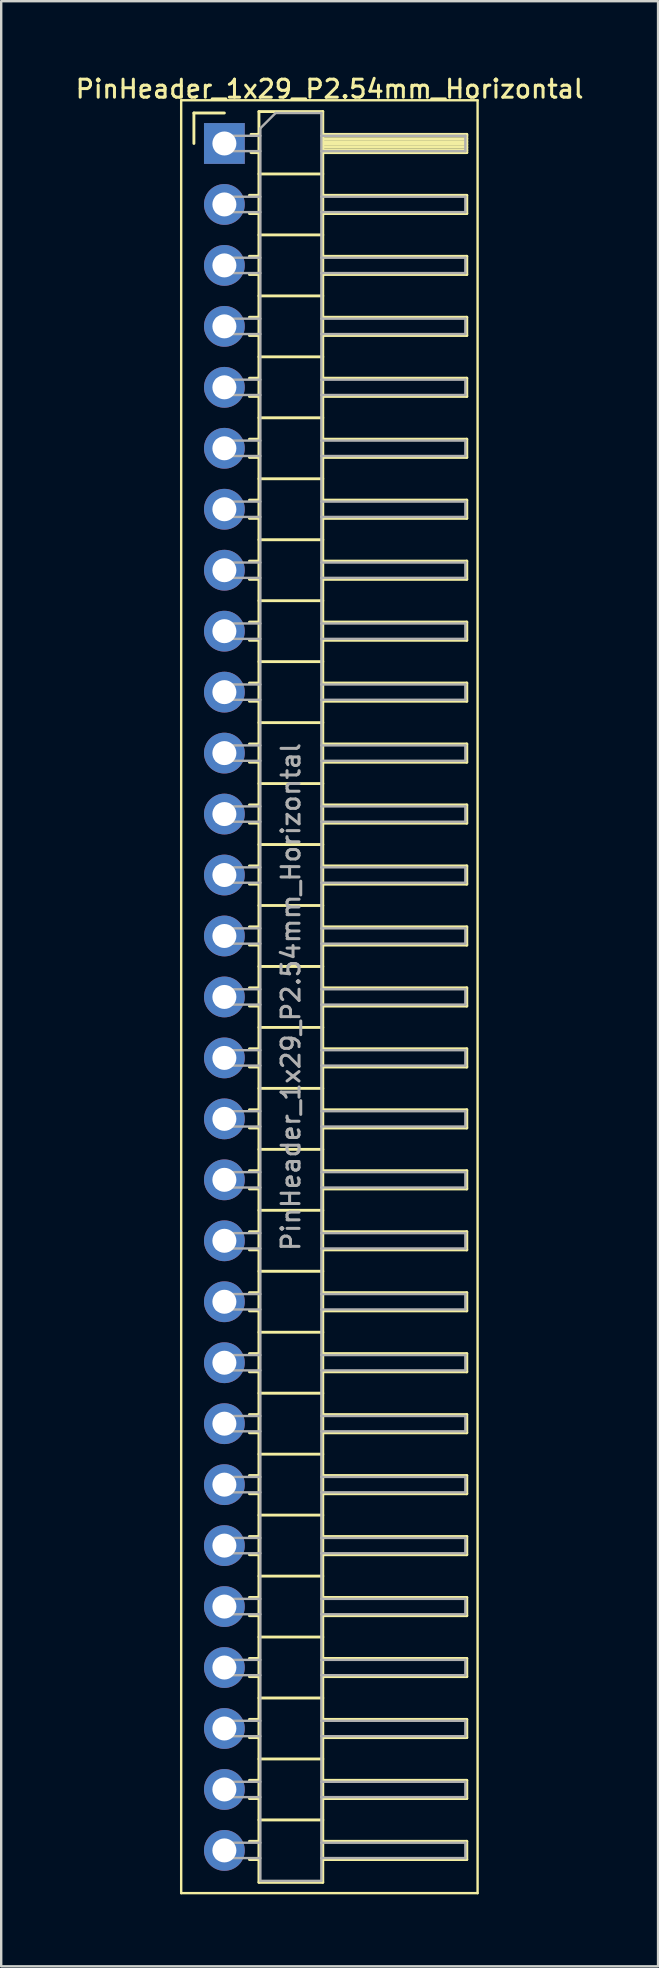
<source format=kicad_pcb>
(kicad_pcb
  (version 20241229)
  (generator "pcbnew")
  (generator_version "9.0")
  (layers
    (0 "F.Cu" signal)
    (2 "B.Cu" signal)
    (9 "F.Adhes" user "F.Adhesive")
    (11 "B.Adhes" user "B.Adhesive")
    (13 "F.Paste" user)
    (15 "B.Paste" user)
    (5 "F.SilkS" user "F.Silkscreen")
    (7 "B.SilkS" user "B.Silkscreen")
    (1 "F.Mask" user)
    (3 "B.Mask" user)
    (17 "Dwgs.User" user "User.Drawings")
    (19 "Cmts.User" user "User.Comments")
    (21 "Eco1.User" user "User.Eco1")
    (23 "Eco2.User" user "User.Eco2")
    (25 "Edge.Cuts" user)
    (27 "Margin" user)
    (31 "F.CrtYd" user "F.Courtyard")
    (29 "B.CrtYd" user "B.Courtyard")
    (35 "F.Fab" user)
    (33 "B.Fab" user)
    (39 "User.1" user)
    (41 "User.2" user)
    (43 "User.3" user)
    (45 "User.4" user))
  (footprint "PinHeader_1x29_P2.54mm_Horizontal"
    (layer "F.Cu")
    (at 6.299 2.928)
    (property "Reference" "PinHeader_1x29_P2.54mm_Horizontal" (at 4.385 -2.27 0) (layer "F.SilkS") (effects (font (size 0.75 0.75) (thickness 0.125))))
    (attr through_hole)
    (fp_line (start -1.8 -1.8) (end -1.8 72.9) (stroke (width 0.1) (type solid)) (layer "F.SilkS"))
    (fp_line (start -1.8 72.9) (end 10.55 72.9) (stroke (width 0.1) (type solid)) (layer "F.SilkS"))
    (fp_line (start -1.27 -1.27) (end 0 -1.27) (stroke (width 0.12) (type solid)) (layer "F.SilkS"))
    (fp_line (start -1.27 0) (end -1.27 -1.27) (stroke (width 0.12) (type solid)) (layer "F.SilkS"))
    (fp_line (start 1.043 2.16) (end 1.44 2.16) (stroke (width 0.12) (type solid)) (layer "F.SilkS"))
    (fp_line (start 1.043 2.92) (end 1.44 2.92) (stroke (width 0.12) (type solid)) (layer "F.SilkS"))
    (fp_line (start 1.043 4.7) (end 1.44 4.7) (stroke (width 0.12) (type solid)) (layer "F.SilkS"))
    (fp_line (start 1.043 5.46) (end 1.44 5.46) (stroke (width 0.12) (type solid)) (layer "F.SilkS"))
    (fp_line (start 1.043 7.24) (end 1.44 7.24) (stroke (width 0.12) (type solid)) (layer "F.SilkS"))
    (fp_line (start 1.043 8) (end 1.44 8) (stroke (width 0.12) (type solid)) (layer "F.SilkS"))
    (fp_line (start 1.043 9.78) (end 1.44 9.78) (stroke (width 0.12) (type solid)) (layer "F.SilkS"))
    (fp_line (start 1.043 10.54) (end 1.44 10.54) (stroke (width 0.12) (type solid)) (layer "F.SilkS"))
    (fp_line (start 1.043 12.32) (end 1.44 12.32) (stroke (width 0.12) (type solid)) (layer "F.SilkS"))
    (fp_line (start 1.043 13.08) (end 1.44 13.08) (stroke (width 0.12) (type solid)) (layer "F.SilkS"))
    (fp_line (start 1.043 14.86) (end 1.44 14.86) (stroke (width 0.12) (type solid)) (layer "F.SilkS"))
    (fp_line (start 1.043 15.62) (end 1.44 15.62) (stroke (width 0.12) (type solid)) (layer "F.SilkS"))
    (fp_line (start 1.043 17.4) (end 1.44 17.4) (stroke (width 0.12) (type solid)) (layer "F.SilkS"))
    (fp_line (start 1.043 18.16) (end 1.44 18.16) (stroke (width 0.12) (type solid)) (layer "F.SilkS"))
    (fp_line (start 1.043 19.94) (end 1.44 19.94) (stroke (width 0.12) (type solid)) (layer "F.SilkS"))
    (fp_line (start 1.043 20.7) (end 1.44 20.7) (stroke (width 0.12) (type solid)) (layer "F.SilkS"))
    (fp_line (start 1.043 22.48) (end 1.44 22.48) (stroke (width 0.12) (type solid)) (layer "F.SilkS"))
    (fp_line (start 1.043 23.24) (end 1.44 23.24) (stroke (width 0.12) (type solid)) (layer "F.SilkS"))
    (fp_line (start 1.043 25.02) (end 1.44 25.02) (stroke (width 0.12) (type solid)) (layer "F.SilkS"))
    (fp_line (start 1.043 25.78) (end 1.44 25.78) (stroke (width 0.12) (type solid)) (layer "F.SilkS"))
    (fp_line (start 1.043 27.56) (end 1.44 27.56) (stroke (width 0.12) (type solid)) (layer "F.SilkS"))
    (fp_line (start 1.043 28.32) (end 1.44 28.32) (stroke (width 0.12) (type solid)) (layer "F.SilkS"))
    (fp_line (start 1.043 30.1) (end 1.44 30.1) (stroke (width 0.12) (type solid)) (layer "F.SilkS"))
    (fp_line (start 1.043 30.86) (end 1.44 30.86) (stroke (width 0.12) (type solid)) (layer "F.SilkS"))
    (fp_line (start 1.043 32.64) (end 1.44 32.64) (stroke (width 0.12) (type solid)) (layer "F.SilkS"))
    (fp_line (start 1.043 33.4) (end 1.44 33.4) (stroke (width 0.12) (type solid)) (layer "F.SilkS"))
    (fp_line (start 1.043 35.18) (end 1.44 35.18) (stroke (width 0.12) (type solid)) (layer "F.SilkS"))
    (fp_line (start 1.043 35.94) (end 1.44 35.94) (stroke (width 0.12) (type solid)) (layer "F.SilkS"))
    (fp_line (start 1.043 37.72) (end 1.44 37.72) (stroke (width 0.12) (type solid)) (layer "F.SilkS"))
    (fp_line (start 1.043 38.48) (end 1.44 38.48) (stroke (width 0.12) (type solid)) (layer "F.SilkS"))
    (fp_line (start 1.043 40.26) (end 1.44 40.26) (stroke (width 0.12) (type solid)) (layer "F.SilkS"))
    (fp_line (start 1.043 41.02) (end 1.44 41.02) (stroke (width 0.12) (type solid)) (layer "F.SilkS"))
    (fp_line (start 1.043 42.8) (end 1.44 42.8) (stroke (width 0.12) (type solid)) (layer "F.SilkS"))
    (fp_line (start 1.043 43.56) (end 1.44 43.56) (stroke (width 0.12) (type solid)) (layer "F.SilkS"))
    (fp_line (start 1.043 45.34) (end 1.44 45.34) (stroke (width 0.12) (type solid)) (layer "F.SilkS"))
    (fp_line (start 1.043 46.1) (end 1.44 46.1) (stroke (width 0.12) (type solid)) (layer "F.SilkS"))
    (fp_line (start 1.043 47.88) (end 1.44 47.88) (stroke (width 0.12) (type solid)) (layer "F.SilkS"))
    (fp_line (start 1.043 48.64) (end 1.44 48.64) (stroke (width 0.12) (type solid)) (layer "F.SilkS"))
    (fp_line (start 1.043 50.42) (end 1.44 50.42) (stroke (width 0.12) (type solid)) (layer "F.SilkS"))
    (fp_line (start 1.043 51.18) (end 1.44 51.18) (stroke (width 0.12) (type solid)) (layer "F.SilkS"))
    (fp_line (start 1.043 52.96) (end 1.44 52.96) (stroke (width 0.12) (type solid)) (layer "F.SilkS"))
    (fp_line (start 1.043 53.72) (end 1.44 53.72) (stroke (width 0.12) (type solid)) (layer "F.SilkS"))
    (fp_line (start 1.043 55.5) (end 1.44 55.5) (stroke (width 0.12) (type solid)) (layer "F.SilkS"))
    (fp_line (start 1.043 56.26) (end 1.44 56.26) (stroke (width 0.12) (type solid)) (layer "F.SilkS"))
    (fp_line (start 1.043 58.04) (end 1.44 58.04) (stroke (width 0.12) (type solid)) (layer "F.SilkS"))
    (fp_line (start 1.043 58.8) (end 1.44 58.8) (stroke (width 0.12) (type solid)) (layer "F.SilkS"))
    (fp_line (start 1.043 60.58) (end 1.44 60.58) (stroke (width 0.12) (type solid)) (layer "F.SilkS"))
    (fp_line (start 1.043 61.34) (end 1.44 61.34) (stroke (width 0.12) (type solid)) (layer "F.SilkS"))
    (fp_line (start 1.043 63.12) (end 1.44 63.12) (stroke (width 0.12) (type solid)) (layer "F.SilkS"))
    (fp_line (start 1.043 63.88) (end 1.44 63.88) (stroke (width 0.12) (type solid)) (layer "F.SilkS"))
    (fp_line (start 1.043 65.66) (end 1.44 65.66) (stroke (width 0.12) (type solid)) (layer "F.SilkS"))
    (fp_line (start 1.043 66.42) (end 1.44 66.42) (stroke (width 0.12) (type solid)) (layer "F.SilkS"))
    (fp_line (start 1.043 68.2) (end 1.44 68.2) (stroke (width 0.12) (type solid)) (layer "F.SilkS"))
    (fp_line (start 1.043 68.96) (end 1.44 68.96) (stroke (width 0.12) (type solid)) (layer "F.SilkS"))
    (fp_line (start 1.043 70.74) (end 1.44 70.74) (stroke (width 0.12) (type solid)) (layer "F.SilkS"))
    (fp_line (start 1.043 71.5) (end 1.44 71.5) (stroke (width 0.12) (type solid)) (layer "F.SilkS"))
    (fp_line (start 1.11 -0.38) (end 1.44 -0.38) (stroke (width 0.12) (type solid)) (layer "F.SilkS"))
    (fp_line (start 1.11 0.38) (end 1.44 0.38) (stroke (width 0.12) (type solid)) (layer "F.SilkS"))
    (fp_line (start 1.44 -1.33) (end 1.44 72.45) (stroke (width 0.12) (type solid)) (layer "F.SilkS"))
    (fp_line (start 1.44 1.27) (end 4.1 1.27) (stroke (width 0.12) (type solid)) (layer "F.SilkS"))
    (fp_line (start 1.44 3.81) (end 4.1 3.81) (stroke (width 0.12) (type solid)) (layer "F.SilkS"))
    (fp_line (start 1.44 6.35) (end 4.1 6.35) (stroke (width 0.12) (type solid)) (layer "F.SilkS"))
    (fp_line (start 1.44 8.89) (end 4.1 8.89) (stroke (width 0.12) (type solid)) (layer "F.SilkS"))
    (fp_line (start 1.44 11.43) (end 4.1 11.43) (stroke (width 0.12) (type solid)) (layer "F.SilkS"))
    (fp_line (start 1.44 13.97) (end 4.1 13.97) (stroke (width 0.12) (type solid)) (layer "F.SilkS"))
    (fp_line (start 1.44 16.51) (end 4.1 16.51) (stroke (width 0.12) (type solid)) (layer "F.SilkS"))
    (fp_line (start 1.44 19.05) (end 4.1 19.05) (stroke (width 0.12) (type solid)) (layer "F.SilkS"))
    (fp_line (start 1.44 21.59) (end 4.1 21.59) (stroke (width 0.12) (type solid)) (layer "F.SilkS"))
    (fp_line (start 1.44 24.13) (end 4.1 24.13) (stroke (width 0.12) (type solid)) (layer "F.SilkS"))
    (fp_line (start 1.44 26.67) (end 4.1 26.67) (stroke (width 0.12) (type solid)) (layer "F.SilkS"))
    (fp_line (start 1.44 29.21) (end 4.1 29.21) (stroke (width 0.12) (type solid)) (layer "F.SilkS"))
    (fp_line (start 1.44 31.75) (end 4.1 31.75) (stroke (width 0.12) (type solid)) (layer "F.SilkS"))
    (fp_line (start 1.44 34.29) (end 4.1 34.29) (stroke (width 0.12) (type solid)) (layer "F.SilkS"))
    (fp_line (start 1.44 36.83) (end 4.1 36.83) (stroke (width 0.12) (type solid)) (layer "F.SilkS"))
    (fp_line (start 1.44 39.37) (end 4.1 39.37) (stroke (width 0.12) (type solid)) (layer "F.SilkS"))
    (fp_line (start 1.44 41.91) (end 4.1 41.91) (stroke (width 0.12) (type solid)) (layer "F.SilkS"))
    (fp_line (start 1.44 44.45) (end 4.1 44.45) (stroke (width 0.12) (type solid)) (layer "F.SilkS"))
    (fp_line (start 1.44 46.99) (end 4.1 46.99) (stroke (width 0.12) (type solid)) (layer "F.SilkS"))
    (fp_line (start 1.44 49.53) (end 4.1 49.53) (stroke (width 0.12) (type solid)) (layer "F.SilkS"))
    (fp_line (start 1.44 52.07) (end 4.1 52.07) (stroke (width 0.12) (type solid)) (layer "F.SilkS"))
    (fp_line (start 1.44 54.61) (end 4.1 54.61) (stroke (width 0.12) (type solid)) (layer "F.SilkS"))
    (fp_line (start 1.44 57.15) (end 4.1 57.15) (stroke (width 0.12) (type solid)) (layer "F.SilkS"))
    (fp_line (start 1.44 59.69) (end 4.1 59.69) (stroke (width 0.12) (type solid)) (layer "F.SilkS"))
    (fp_line (start 1.44 62.23) (end 4.1 62.23) (stroke (width 0.12) (type solid)) (layer "F.SilkS"))
    (fp_line (start 1.44 64.77) (end 4.1 64.77) (stroke (width 0.12) (type solid)) (layer "F.SilkS"))
    (fp_line (start 1.44 67.31) (end 4.1 67.31) (stroke (width 0.12) (type solid)) (layer "F.SilkS"))
    (fp_line (start 1.44 69.85) (end 4.1 69.85) (stroke (width 0.12) (type solid)) (layer "F.SilkS"))
    (fp_line (start 1.44 72.45) (end 4.1 72.45) (stroke (width 0.12) (type solid)) (layer "F.SilkS"))
    (fp_line (start 4.1 -1.33) (end 1.44 -1.33) (stroke (width 0.12) (type solid)) (layer "F.SilkS"))
    (fp_line (start 4.1 -0.38) (end 10.1 -0.38) (stroke (width 0.12) (type solid)) (layer "F.SilkS"))
    (fp_line (start 4.1 -0.32) (end 10.1 -0.32) (stroke (width 0.12) (type solid)) (layer "F.SilkS"))
    (fp_line (start 4.1 -0.2) (end 10.1 -0.2) (stroke (width 0.12) (type solid)) (layer "F.SilkS"))
    (fp_line (start 4.1 -0.08) (end 10.1 -0.08) (stroke (width 0.12) (type solid)) (layer "F.SilkS"))
    (fp_line (start 4.1 0.04) (end 10.1 0.04) (stroke (width 0.12) (type solid)) (layer "F.SilkS"))
    (fp_line (start 4.1 0.16) (end 10.1 0.16) (stroke (width 0.12) (type solid)) (layer "F.SilkS"))
    (fp_line (start 4.1 0.28) (end 10.1 0.28) (stroke (width 0.12) (type solid)) (layer "F.SilkS"))
    (fp_line (start 4.1 2.16) (end 10.1 2.16) (stroke (width 0.12) (type solid)) (layer "F.SilkS"))
    (fp_line (start 4.1 4.7) (end 10.1 4.7) (stroke (width 0.12) (type solid)) (layer "F.SilkS"))
    (fp_line (start 4.1 7.24) (end 10.1 7.24) (stroke (width 0.12) (type solid)) (layer "F.SilkS"))
    (fp_line (start 4.1 9.78) (end 10.1 9.78) (stroke (width 0.12) (type solid)) (layer "F.SilkS"))
    (fp_line (start 4.1 12.32) (end 10.1 12.32) (stroke (width 0.12) (type solid)) (layer "F.SilkS"))
    (fp_line (start 4.1 14.86) (end 10.1 14.86) (stroke (width 0.12) (type solid)) (layer "F.SilkS"))
    (fp_line (start 4.1 17.4) (end 10.1 17.4) (stroke (width 0.12) (type solid)) (layer "F.SilkS"))
    (fp_line (start 4.1 19.94) (end 10.1 19.94) (stroke (width 0.12) (type solid)) (layer "F.SilkS"))
    (fp_line (start 4.1 22.48) (end 10.1 22.48) (stroke (width 0.12) (type solid)) (layer "F.SilkS"))
    (fp_line (start 4.1 25.02) (end 10.1 25.02) (stroke (width 0.12) (type solid)) (layer "F.SilkS"))
    (fp_line (start 4.1 27.56) (end 10.1 27.56) (stroke (width 0.12) (type solid)) (layer "F.SilkS"))
    (fp_line (start 4.1 30.1) (end 10.1 30.1) (stroke (width 0.12) (type solid)) (layer "F.SilkS"))
    (fp_line (start 4.1 32.64) (end 10.1 32.64) (stroke (width 0.12) (type solid)) (layer "F.SilkS"))
    (fp_line (start 4.1 35.18) (end 10.1 35.18) (stroke (width 0.12) (type solid)) (layer "F.SilkS"))
    (fp_line (start 4.1 37.72) (end 10.1 37.72) (stroke (width 0.12) (type solid)) (layer "F.SilkS"))
    (fp_line (start 4.1 40.26) (end 10.1 40.26) (stroke (width 0.12) (type solid)) (layer "F.SilkS"))
    (fp_line (start 4.1 42.8) (end 10.1 42.8) (stroke (width 0.12) (type solid)) (layer "F.SilkS"))
    (fp_line (start 4.1 45.34) (end 10.1 45.34) (stroke (width 0.12) (type solid)) (layer "F.SilkS"))
    (fp_line (start 4.1 47.88) (end 10.1 47.88) (stroke (width 0.12) (type solid)) (layer "F.SilkS"))
    (fp_line (start 4.1 50.42) (end 10.1 50.42) (stroke (width 0.12) (type solid)) (layer "F.SilkS"))
    (fp_line (start 4.1 52.96) (end 10.1 52.96) (stroke (width 0.12) (type solid)) (layer "F.SilkS"))
    (fp_line (start 4.1 55.5) (end 10.1 55.5) (stroke (width 0.12) (type solid)) (layer "F.SilkS"))
    (fp_line (start 4.1 58.04) (end 10.1 58.04) (stroke (width 0.12) (type solid)) (layer "F.SilkS"))
    (fp_line (start 4.1 60.58) (end 10.1 60.58) (stroke (width 0.12) (type solid)) (layer "F.SilkS"))
    (fp_line (start 4.1 63.12) (end 10.1 63.12) (stroke (width 0.12) (type solid)) (layer "F.SilkS"))
    (fp_line (start 4.1 65.66) (end 10.1 65.66) (stroke (width 0.12) (type solid)) (layer "F.SilkS"))
    (fp_line (start 4.1 68.2) (end 10.1 68.2) (stroke (width 0.12) (type solid)) (layer "F.SilkS"))
    (fp_line (start 4.1 70.74) (end 10.1 70.74) (stroke (width 0.12) (type solid)) (layer "F.SilkS"))
    (fp_line (start 4.1 72.45) (end 4.1 -1.33) (stroke (width 0.12) (type solid)) (layer "F.SilkS"))
    (fp_line (start 10.1 -0.38) (end 10.1 0.38) (stroke (width 0.12) (type solid)) (layer "F.SilkS"))
    (fp_line (start 10.1 0.38) (end 4.1 0.38) (stroke (width 0.12) (type solid)) (layer "F.SilkS"))
    (fp_line (start 10.1 2.16) (end 10.1 2.92) (stroke (width 0.12) (type solid)) (layer "F.SilkS"))
    (fp_line (start 10.1 2.92) (end 4.1 2.92) (stroke (width 0.12) (type solid)) (layer "F.SilkS"))
    (fp_line (start 10.1 4.7) (end 10.1 5.46) (stroke (width 0.12) (type solid)) (layer "F.SilkS"))
    (fp_line (start 10.1 5.46) (end 4.1 5.46) (stroke (width 0.12) (type solid)) (layer "F.SilkS"))
    (fp_line (start 10.1 7.24) (end 10.1 8) (stroke (width 0.12) (type solid)) (layer "F.SilkS"))
    (fp_line (start 10.1 8) (end 4.1 8) (stroke (width 0.12) (type solid)) (layer "F.SilkS"))
    (fp_line (start 10.1 9.78) (end 10.1 10.54) (stroke (width 0.12) (type solid)) (layer "F.SilkS"))
    (fp_line (start 10.1 10.54) (end 4.1 10.54) (stroke (width 0.12) (type solid)) (layer "F.SilkS"))
    (fp_line (start 10.1 12.32) (end 10.1 13.08) (stroke (width 0.12) (type solid)) (layer "F.SilkS"))
    (fp_line (start 10.1 13.08) (end 4.1 13.08) (stroke (width 0.12) (type solid)) (layer "F.SilkS"))
    (fp_line (start 10.1 14.86) (end 10.1 15.62) (stroke (width 0.12) (type solid)) (layer "F.SilkS"))
    (fp_line (start 10.1 15.62) (end 4.1 15.62) (stroke (width 0.12) (type solid)) (layer "F.SilkS"))
    (fp_line (start 10.1 17.4) (end 10.1 18.16) (stroke (width 0.12) (type solid)) (layer "F.SilkS"))
    (fp_line (start 10.1 18.16) (end 4.1 18.16) (stroke (width 0.12) (type solid)) (layer "F.SilkS"))
    (fp_line (start 10.1 19.94) (end 10.1 20.7) (stroke (width 0.12) (type solid)) (layer "F.SilkS"))
    (fp_line (start 10.1 20.7) (end 4.1 20.7) (stroke (width 0.12) (type solid)) (layer "F.SilkS"))
    (fp_line (start 10.1 22.48) (end 10.1 23.24) (stroke (width 0.12) (type solid)) (layer "F.SilkS"))
    (fp_line (start 10.1 23.24) (end 4.1 23.24) (stroke (width 0.12) (type solid)) (layer "F.SilkS"))
    (fp_line (start 10.1 25.02) (end 10.1 25.78) (stroke (width 0.12) (type solid)) (layer "F.SilkS"))
    (fp_line (start 10.1 25.78) (end 4.1 25.78) (stroke (width 0.12) (type solid)) (layer "F.SilkS"))
    (fp_line (start 10.1 27.56) (end 10.1 28.32) (stroke (width 0.12) (type solid)) (layer "F.SilkS"))
    (fp_line (start 10.1 28.32) (end 4.1 28.32) (stroke (width 0.12) (type solid)) (layer "F.SilkS"))
    (fp_line (start 10.1 30.1) (end 10.1 30.86) (stroke (width 0.12) (type solid)) (layer "F.SilkS"))
    (fp_line (start 10.1 30.86) (end 4.1 30.86) (stroke (width 0.12) (type solid)) (layer "F.SilkS"))
    (fp_line (start 10.1 32.64) (end 10.1 33.4) (stroke (width 0.12) (type solid)) (layer "F.SilkS"))
    (fp_line (start 10.1 33.4) (end 4.1 33.4) (stroke (width 0.12) (type solid)) (layer "F.SilkS"))
    (fp_line (start 10.1 35.18) (end 10.1 35.94) (stroke (width 0.12) (type solid)) (layer "F.SilkS"))
    (fp_line (start 10.1 35.94) (end 4.1 35.94) (stroke (width 0.12) (type solid)) (layer "F.SilkS"))
    (fp_line (start 10.1 37.72) (end 10.1 38.48) (stroke (width 0.12) (type solid)) (layer "F.SilkS"))
    (fp_line (start 10.1 38.48) (end 4.1 38.48) (stroke (width 0.12) (type solid)) (layer "F.SilkS"))
    (fp_line (start 10.1 40.26) (end 10.1 41.02) (stroke (width 0.12) (type solid)) (layer "F.SilkS"))
    (fp_line (start 10.1 41.02) (end 4.1 41.02) (stroke (width 0.12) (type solid)) (layer "F.SilkS"))
    (fp_line (start 10.1 42.8) (end 10.1 43.56) (stroke (width 0.12) (type solid)) (layer "F.SilkS"))
    (fp_line (start 10.1 43.56) (end 4.1 43.56) (stroke (width 0.12) (type solid)) (layer "F.SilkS"))
    (fp_line (start 10.1 45.34) (end 10.1 46.1) (stroke (width 0.12) (type solid)) (layer "F.SilkS"))
    (fp_line (start 10.1 46.1) (end 4.1 46.1) (stroke (width 0.12) (type solid)) (layer "F.SilkS"))
    (fp_line (start 10.1 47.88) (end 10.1 48.64) (stroke (width 0.12) (type solid)) (layer "F.SilkS"))
    (fp_line (start 10.1 48.64) (end 4.1 48.64) (stroke (width 0.12) (type solid)) (layer "F.SilkS"))
    (fp_line (start 10.1 50.42) (end 10.1 51.18) (stroke (width 0.12) (type solid)) (layer "F.SilkS"))
    (fp_line (start 10.1 51.18) (end 4.1 51.18) (stroke (width 0.12) (type solid)) (layer "F.SilkS"))
    (fp_line (start 10.1 52.96) (end 10.1 53.72) (stroke (width 0.12) (type solid)) (layer "F.SilkS"))
    (fp_line (start 10.1 53.72) (end 4.1 53.72) (stroke (width 0.12) (type solid)) (layer "F.SilkS"))
    (fp_line (start 10.1 55.5) (end 10.1 56.26) (stroke (width 0.12) (type solid)) (layer "F.SilkS"))
    (fp_line (start 10.1 56.26) (end 4.1 56.26) (stroke (width 0.12) (type solid)) (layer "F.SilkS"))
    (fp_line (start 10.1 58.04) (end 10.1 58.8) (stroke (width 0.12) (type solid)) (layer "F.SilkS"))
    (fp_line (start 10.1 58.8) (end 4.1 58.8) (stroke (width 0.12) (type solid)) (layer "F.SilkS"))
    (fp_line (start 10.1 60.58) (end 10.1 61.34) (stroke (width 0.12) (type solid)) (layer "F.SilkS"))
    (fp_line (start 10.1 61.34) (end 4.1 61.34) (stroke (width 0.12) (type solid)) (layer "F.SilkS"))
    (fp_line (start 10.1 63.12) (end 10.1 63.88) (stroke (width 0.12) (type solid)) (layer "F.SilkS"))
    (fp_line (start 10.1 63.88) (end 4.1 63.88) (stroke (width 0.12) (type solid)) (layer "F.SilkS"))
    (fp_line (start 10.1 65.66) (end 10.1 66.42) (stroke (width 0.12) (type solid)) (layer "F.SilkS"))
    (fp_line (start 10.1 66.42) (end 4.1 66.42) (stroke (width 0.12) (type solid)) (layer "F.SilkS"))
    (fp_line (start 10.1 68.2) (end 10.1 68.96) (stroke (width 0.12) (type solid)) (layer "F.SilkS"))
    (fp_line (start 10.1 68.96) (end 4.1 68.96) (stroke (width 0.12) (type solid)) (layer "F.SilkS"))
    (fp_line (start 10.1 70.74) (end 10.1 71.5) (stroke (width 0.12) (type solid)) (layer "F.SilkS"))
    (fp_line (start 10.1 71.5) (end 4.1 71.5) (stroke (width 0.12) (type solid)) (layer "F.SilkS"))
    (fp_line (start 10.55 -1.8) (end -1.8 -1.8) (stroke (width 0.1) (type solid)) (layer "F.SilkS"))
    (fp_line (start 10.55 72.9) (end 10.55 -1.8) (stroke (width 0.1) (type solid)) (layer "F.SilkS"))
    (fp_line (start -0.32 -0.32) (end -0.32 0.32) (stroke (width 0.1) (type solid)) (layer "F.Fab"))
    (fp_line (start -0.32 -0.32) (end 1.5 -0.32) (stroke (width 0.1) (type solid)) (layer "F.Fab"))
    (fp_line (start -0.32 0.32) (end 1.5 0.32) (stroke (width 0.1) (type solid)) (layer "F.Fab"))
    (fp_line (start -0.32 2.22) (end -0.32 2.86) (stroke (width 0.1) (type solid)) (layer "F.Fab"))
    (fp_line (start -0.32 2.22) (end 1.5 2.22) (stroke (width 0.1) (type solid)) (layer "F.Fab"))
    (fp_line (start -0.32 2.86) (end 1.5 2.86) (stroke (width 0.1) (type solid)) (layer "F.Fab"))
    (fp_line (start -0.32 4.76) (end -0.32 5.4) (stroke (width 0.1) (type solid)) (layer "F.Fab"))
    (fp_line (start -0.32 4.76) (end 1.5 4.76) (stroke (width 0.1) (type solid)) (layer "F.Fab"))
    (fp_line (start -0.32 5.4) (end 1.5 5.4) (stroke (width 0.1) (type solid)) (layer "F.Fab"))
    (fp_line (start -0.32 7.3) (end -0.32 7.94) (stroke (width 0.1) (type solid)) (layer "F.Fab"))
    (fp_line (start -0.32 7.3) (end 1.5 7.3) (stroke (width 0.1) (type solid)) (layer "F.Fab"))
    (fp_line (start -0.32 7.94) (end 1.5 7.94) (stroke (width 0.1) (type solid)) (layer "F.Fab"))
    (fp_line (start -0.32 9.84) (end -0.32 10.48) (stroke (width 0.1) (type solid)) (layer "F.Fab"))
    (fp_line (start -0.32 9.84) (end 1.5 9.84) (stroke (width 0.1) (type solid)) (layer "F.Fab"))
    (fp_line (start -0.32 10.48) (end 1.5 10.48) (stroke (width 0.1) (type solid)) (layer "F.Fab"))
    (fp_line (start -0.32 12.38) (end -0.32 13.02) (stroke (width 0.1) (type solid)) (layer "F.Fab"))
    (fp_line (start -0.32 12.38) (end 1.5 12.38) (stroke (width 0.1) (type solid)) (layer "F.Fab"))
    (fp_line (start -0.32 13.02) (end 1.5 13.02) (stroke (width 0.1) (type solid)) (layer "F.Fab"))
    (fp_line (start -0.32 14.92) (end -0.32 15.56) (stroke (width 0.1) (type solid)) (layer "F.Fab"))
    (fp_line (start -0.32 14.92) (end 1.5 14.92) (stroke (width 0.1) (type solid)) (layer "F.Fab"))
    (fp_line (start -0.32 15.56) (end 1.5 15.56) (stroke (width 0.1) (type solid)) (layer "F.Fab"))
    (fp_line (start -0.32 17.46) (end -0.32 18.1) (stroke (width 0.1) (type solid)) (layer "F.Fab"))
    (fp_line (start -0.32 17.46) (end 1.5 17.46) (stroke (width 0.1) (type solid)) (layer "F.Fab"))
    (fp_line (start -0.32 18.1) (end 1.5 18.1) (stroke (width 0.1) (type solid)) (layer "F.Fab"))
    (fp_line (start -0.32 20) (end -0.32 20.64) (stroke (width 0.1) (type solid)) (layer "F.Fab"))
    (fp_line (start -0.32 20) (end 1.5 20) (stroke (width 0.1) (type solid)) (layer "F.Fab"))
    (fp_line (start -0.32 20.64) (end 1.5 20.64) (stroke (width 0.1) (type solid)) (layer "F.Fab"))
    (fp_line (start -0.32 22.54) (end -0.32 23.18) (stroke (width 0.1) (type solid)) (layer "F.Fab"))
    (fp_line (start -0.32 22.54) (end 1.5 22.54) (stroke (width 0.1) (type solid)) (layer "F.Fab"))
    (fp_line (start -0.32 23.18) (end 1.5 23.18) (stroke (width 0.1) (type solid)) (layer "F.Fab"))
    (fp_line (start -0.32 25.08) (end -0.32 25.72) (stroke (width 0.1) (type solid)) (layer "F.Fab"))
    (fp_line (start -0.32 25.08) (end 1.5 25.08) (stroke (width 0.1) (type solid)) (layer "F.Fab"))
    (fp_line (start -0.32 25.72) (end 1.5 25.72) (stroke (width 0.1) (type solid)) (layer "F.Fab"))
    (fp_line (start -0.32 27.62) (end -0.32 28.26) (stroke (width 0.1) (type solid)) (layer "F.Fab"))
    (fp_line (start -0.32 27.62) (end 1.5 27.62) (stroke (width 0.1) (type solid)) (layer "F.Fab"))
    (fp_line (start -0.32 28.26) (end 1.5 28.26) (stroke (width 0.1) (type solid)) (layer "F.Fab"))
    (fp_line (start -0.32 30.16) (end -0.32 30.8) (stroke (width 0.1) (type solid)) (layer "F.Fab"))
    (fp_line (start -0.32 30.16) (end 1.5 30.16) (stroke (width 0.1) (type solid)) (layer "F.Fab"))
    (fp_line (start -0.32 30.8) (end 1.5 30.8) (stroke (width 0.1) (type solid)) (layer "F.Fab"))
    (fp_line (start -0.32 32.7) (end -0.32 33.34) (stroke (width 0.1) (type solid)) (layer "F.Fab"))
    (fp_line (start -0.32 32.7) (end 1.5 32.7) (stroke (width 0.1) (type solid)) (layer "F.Fab"))
    (fp_line (start -0.32 33.34) (end 1.5 33.34) (stroke (width 0.1) (type solid)) (layer "F.Fab"))
    (fp_line (start -0.32 35.24) (end -0.32 35.88) (stroke (width 0.1) (type solid)) (layer "F.Fab"))
    (fp_line (start -0.32 35.24) (end 1.5 35.24) (stroke (width 0.1) (type solid)) (layer "F.Fab"))
    (fp_line (start -0.32 35.88) (end 1.5 35.88) (stroke (width 0.1) (type solid)) (layer "F.Fab"))
    (fp_line (start -0.32 37.78) (end -0.32 38.42) (stroke (width 0.1) (type solid)) (layer "F.Fab"))
    (fp_line (start -0.32 37.78) (end 1.5 37.78) (stroke (width 0.1) (type solid)) (layer "F.Fab"))
    (fp_line (start -0.32 38.42) (end 1.5 38.42) (stroke (width 0.1) (type solid)) (layer "F.Fab"))
    (fp_line (start -0.32 40.32) (end -0.32 40.96) (stroke (width 0.1) (type solid)) (layer "F.Fab"))
    (fp_line (start -0.32 40.32) (end 1.5 40.32) (stroke (width 0.1) (type solid)) (layer "F.Fab"))
    (fp_line (start -0.32 40.96) (end 1.5 40.96) (stroke (width 0.1) (type solid)) (layer "F.Fab"))
    (fp_line (start -0.32 42.86) (end -0.32 43.5) (stroke (width 0.1) (type solid)) (layer "F.Fab"))
    (fp_line (start -0.32 42.86) (end 1.5 42.86) (stroke (width 0.1) (type solid)) (layer "F.Fab"))
    (fp_line (start -0.32 43.5) (end 1.5 43.5) (stroke (width 0.1) (type solid)) (layer "F.Fab"))
    (fp_line (start -0.32 45.4) (end -0.32 46.04) (stroke (width 0.1) (type solid)) (layer "F.Fab"))
    (fp_line (start -0.32 45.4) (end 1.5 45.4) (stroke (width 0.1) (type solid)) (layer "F.Fab"))
    (fp_line (start -0.32 46.04) (end 1.5 46.04) (stroke (width 0.1) (type solid)) (layer "F.Fab"))
    (fp_line (start -0.32 47.94) (end -0.32 48.58) (stroke (width 0.1) (type solid)) (layer "F.Fab"))
    (fp_line (start -0.32 47.94) (end 1.5 47.94) (stroke (width 0.1) (type solid)) (layer "F.Fab"))
    (fp_line (start -0.32 48.58) (end 1.5 48.58) (stroke (width 0.1) (type solid)) (layer "F.Fab"))
    (fp_line (start -0.32 50.48) (end -0.32 51.12) (stroke (width 0.1) (type solid)) (layer "F.Fab"))
    (fp_line (start -0.32 50.48) (end 1.5 50.48) (stroke (width 0.1) (type solid)) (layer "F.Fab"))
    (fp_line (start -0.32 51.12) (end 1.5 51.12) (stroke (width 0.1) (type solid)) (layer "F.Fab"))
    (fp_line (start -0.32 53.02) (end -0.32 53.66) (stroke (width 0.1) (type solid)) (layer "F.Fab"))
    (fp_line (start -0.32 53.02) (end 1.5 53.02) (stroke (width 0.1) (type solid)) (layer "F.Fab"))
    (fp_line (start -0.32 53.66) (end 1.5 53.66) (stroke (width 0.1) (type solid)) (layer "F.Fab"))
    (fp_line (start -0.32 55.56) (end -0.32 56.2) (stroke (width 0.1) (type solid)) (layer "F.Fab"))
    (fp_line (start -0.32 55.56) (end 1.5 55.56) (stroke (width 0.1) (type solid)) (layer "F.Fab"))
    (fp_line (start -0.32 56.2) (end 1.5 56.2) (stroke (width 0.1) (type solid)) (layer "F.Fab"))
    (fp_line (start -0.32 58.1) (end -0.32 58.74) (stroke (width 0.1) (type solid)) (layer "F.Fab"))
    (fp_line (start -0.32 58.1) (end 1.5 58.1) (stroke (width 0.1) (type solid)) (layer "F.Fab"))
    (fp_line (start -0.32 58.74) (end 1.5 58.74) (stroke (width 0.1) (type solid)) (layer "F.Fab"))
    (fp_line (start -0.32 60.64) (end -0.32 61.28) (stroke (width 0.1) (type solid)) (layer "F.Fab"))
    (fp_line (start -0.32 60.64) (end 1.5 60.64) (stroke (width 0.1) (type solid)) (layer "F.Fab"))
    (fp_line (start -0.32 61.28) (end 1.5 61.28) (stroke (width 0.1) (type solid)) (layer "F.Fab"))
    (fp_line (start -0.32 63.18) (end -0.32 63.82) (stroke (width 0.1) (type solid)) (layer "F.Fab"))
    (fp_line (start -0.32 63.18) (end 1.5 63.18) (stroke (width 0.1) (type solid)) (layer "F.Fab"))
    (fp_line (start -0.32 63.82) (end 1.5 63.82) (stroke (width 0.1) (type solid)) (layer "F.Fab"))
    (fp_line (start -0.32 65.72) (end -0.32 66.36) (stroke (width 0.1) (type solid)) (layer "F.Fab"))
    (fp_line (start -0.32 65.72) (end 1.5 65.72) (stroke (width 0.1) (type solid)) (layer "F.Fab"))
    (fp_line (start -0.32 66.36) (end 1.5 66.36) (stroke (width 0.1) (type solid)) (layer "F.Fab"))
    (fp_line (start -0.32 68.26) (end -0.32 68.9) (stroke (width 0.1) (type solid)) (layer "F.Fab"))
    (fp_line (start -0.32 68.26) (end 1.5 68.26) (stroke (width 0.1) (type solid)) (layer "F.Fab"))
    (fp_line (start -0.32 68.9) (end 1.5 68.9) (stroke (width 0.1) (type solid)) (layer "F.Fab"))
    (fp_line (start -0.32 70.8) (end -0.32 71.44) (stroke (width 0.1) (type solid)) (layer "F.Fab"))
    (fp_line (start -0.32 70.8) (end 1.5 70.8) (stroke (width 0.1) (type solid)) (layer "F.Fab"))
    (fp_line (start -0.32 71.44) (end 1.5 71.44) (stroke (width 0.1) (type solid)) (layer "F.Fab"))
    (fp_line (start 1.5 -0.635) (end 2.135 -1.27) (stroke (width 0.1) (type solid)) (layer "F.Fab"))
    (fp_line (start 1.5 72.39) (end 1.5 -0.635) (stroke (width 0.1) (type solid)) (layer "F.Fab"))
    (fp_line (start 2.135 -1.27) (end 4.04 -1.27) (stroke (width 0.1) (type solid)) (layer "F.Fab"))
    (fp_line (start 4.04 -1.27) (end 4.04 72.39) (stroke (width 0.1) (type solid)) (layer "F.Fab"))
    (fp_line (start 4.04 -0.32) (end 10.04 -0.32) (stroke (width 0.1) (type solid)) (layer "F.Fab"))
    (fp_line (start 4.04 0.32) (end 10.04 0.32) (stroke (width 0.1) (type solid)) (layer "F.Fab"))
    (fp_line (start 4.04 2.22) (end 10.04 2.22) (stroke (width 0.1) (type solid)) (layer "F.Fab"))
    (fp_line (start 4.04 2.86) (end 10.04 2.86) (stroke (width 0.1) (type solid)) (layer "F.Fab"))
    (fp_line (start 4.04 4.76) (end 10.04 4.76) (stroke (width 0.1) (type solid)) (layer "F.Fab"))
    (fp_line (start 4.04 5.4) (end 10.04 5.4) (stroke (width 0.1) (type solid)) (layer "F.Fab"))
    (fp_line (start 4.04 7.3) (end 10.04 7.3) (stroke (width 0.1) (type solid)) (layer "F.Fab"))
    (fp_line (start 4.04 7.94) (end 10.04 7.94) (stroke (width 0.1) (type solid)) (layer "F.Fab"))
    (fp_line (start 4.04 9.84) (end 10.04 9.84) (stroke (width 0.1) (type solid)) (layer "F.Fab"))
    (fp_line (start 4.04 10.48) (end 10.04 10.48) (stroke (width 0.1) (type solid)) (layer "F.Fab"))
    (fp_line (start 4.04 12.38) (end 10.04 12.38) (stroke (width 0.1) (type solid)) (layer "F.Fab"))
    (fp_line (start 4.04 13.02) (end 10.04 13.02) (stroke (width 0.1) (type solid)) (layer "F.Fab"))
    (fp_line (start 4.04 14.92) (end 10.04 14.92) (stroke (width 0.1) (type solid)) (layer "F.Fab"))
    (fp_line (start 4.04 15.56) (end 10.04 15.56) (stroke (width 0.1) (type solid)) (layer "F.Fab"))
    (fp_line (start 4.04 17.46) (end 10.04 17.46) (stroke (width 0.1) (type solid)) (layer "F.Fab"))
    (fp_line (start 4.04 18.1) (end 10.04 18.1) (stroke (width 0.1) (type solid)) (layer "F.Fab"))
    (fp_line (start 4.04 20) (end 10.04 20) (stroke (width 0.1) (type solid)) (layer "F.Fab"))
    (fp_line (start 4.04 20.64) (end 10.04 20.64) (stroke (width 0.1) (type solid)) (layer "F.Fab"))
    (fp_line (start 4.04 22.54) (end 10.04 22.54) (stroke (width 0.1) (type solid)) (layer "F.Fab"))
    (fp_line (start 4.04 23.18) (end 10.04 23.18) (stroke (width 0.1) (type solid)) (layer "F.Fab"))
    (fp_line (start 4.04 25.08) (end 10.04 25.08) (stroke (width 0.1) (type solid)) (layer "F.Fab"))
    (fp_line (start 4.04 25.72) (end 10.04 25.72) (stroke (width 0.1) (type solid)) (layer "F.Fab"))
    (fp_line (start 4.04 27.62) (end 10.04 27.62) (stroke (width 0.1) (type solid)) (layer "F.Fab"))
    (fp_line (start 4.04 28.26) (end 10.04 28.26) (stroke (width 0.1) (type solid)) (layer "F.Fab"))
    (fp_line (start 4.04 30.16) (end 10.04 30.16) (stroke (width 0.1) (type solid)) (layer "F.Fab"))
    (fp_line (start 4.04 30.8) (end 10.04 30.8) (stroke (width 0.1) (type solid)) (layer "F.Fab"))
    (fp_line (start 4.04 32.7) (end 10.04 32.7) (stroke (width 0.1) (type solid)) (layer "F.Fab"))
    (fp_line (start 4.04 33.34) (end 10.04 33.34) (stroke (width 0.1) (type solid)) (layer "F.Fab"))
    (fp_line (start 4.04 35.24) (end 10.04 35.24) (stroke (width 0.1) (type solid)) (layer "F.Fab"))
    (fp_line (start 4.04 35.88) (end 10.04 35.88) (stroke (width 0.1) (type solid)) (layer "F.Fab"))
    (fp_line (start 4.04 37.78) (end 10.04 37.78) (stroke (width 0.1) (type solid)) (layer "F.Fab"))
    (fp_line (start 4.04 38.42) (end 10.04 38.42) (stroke (width 0.1) (type solid)) (layer "F.Fab"))
    (fp_line (start 4.04 40.32) (end 10.04 40.32) (stroke (width 0.1) (type solid)) (layer "F.Fab"))
    (fp_line (start 4.04 40.96) (end 10.04 40.96) (stroke (width 0.1) (type solid)) (layer "F.Fab"))
    (fp_line (start 4.04 42.86) (end 10.04 42.86) (stroke (width 0.1) (type solid)) (layer "F.Fab"))
    (fp_line (start 4.04 43.5) (end 10.04 43.5) (stroke (width 0.1) (type solid)) (layer "F.Fab"))
    (fp_line (start 4.04 45.4) (end 10.04 45.4) (stroke (width 0.1) (type solid)) (layer "F.Fab"))
    (fp_line (start 4.04 46.04) (end 10.04 46.04) (stroke (width 0.1) (type solid)) (layer "F.Fab"))
    (fp_line (start 4.04 47.94) (end 10.04 47.94) (stroke (width 0.1) (type solid)) (layer "F.Fab"))
    (fp_line (start 4.04 48.58) (end 10.04 48.58) (stroke (width 0.1) (type solid)) (layer "F.Fab"))
    (fp_line (start 4.04 50.48) (end 10.04 50.48) (stroke (width 0.1) (type solid)) (layer "F.Fab"))
    (fp_line (start 4.04 51.12) (end 10.04 51.12) (stroke (width 0.1) (type solid)) (layer "F.Fab"))
    (fp_line (start 4.04 53.02) (end 10.04 53.02) (stroke (width 0.1) (type solid)) (layer "F.Fab"))
    (fp_line (start 4.04 53.66) (end 10.04 53.66) (stroke (width 0.1) (type solid)) (layer "F.Fab"))
    (fp_line (start 4.04 55.56) (end 10.04 55.56) (stroke (width 0.1) (type solid)) (layer "F.Fab"))
    (fp_line (start 4.04 56.2) (end 10.04 56.2) (stroke (width 0.1) (type solid)) (layer "F.Fab"))
    (fp_line (start 4.04 58.1) (end 10.04 58.1) (stroke (width 0.1) (type solid)) (layer "F.Fab"))
    (fp_line (start 4.04 58.74) (end 10.04 58.74) (stroke (width 0.1) (type solid)) (layer "F.Fab"))
    (fp_line (start 4.04 60.64) (end 10.04 60.64) (stroke (width 0.1) (type solid)) (layer "F.Fab"))
    (fp_line (start 4.04 61.28) (end 10.04 61.28) (stroke (width 0.1) (type solid)) (layer "F.Fab"))
    (fp_line (start 4.04 63.18) (end 10.04 63.18) (stroke (width 0.1) (type solid)) (layer "F.Fab"))
    (fp_line (start 4.04 63.82) (end 10.04 63.82) (stroke (width 0.1) (type solid)) (layer "F.Fab"))
    (fp_line (start 4.04 65.72) (end 10.04 65.72) (stroke (width 0.1) (type solid)) (layer "F.Fab"))
    (fp_line (start 4.04 66.36) (end 10.04 66.36) (stroke (width 0.1) (type solid)) (layer "F.Fab"))
    (fp_line (start 4.04 68.26) (end 10.04 68.26) (stroke (width 0.1) (type solid)) (layer "F.Fab"))
    (fp_line (start 4.04 68.9) (end 10.04 68.9) (stroke (width 0.1) (type solid)) (layer "F.Fab"))
    (fp_line (start 4.04 70.8) (end 10.04 70.8) (stroke (width 0.1) (type solid)) (layer "F.Fab"))
    (fp_line (start 4.04 71.44) (end 10.04 71.44) (stroke (width 0.1) (type solid)) (layer "F.Fab"))
    (fp_line (start 4.04 72.39) (end 1.5 72.39) (stroke (width 0.1) (type solid)) (layer "F.Fab"))
    (fp_line (start 10.04 -0.32) (end 10.04 0.32) (stroke (width 0.1) (type solid)) (layer "F.Fab"))
    (fp_line (start 10.04 2.22) (end 10.04 2.86) (stroke (width 0.1) (type solid)) (layer "F.Fab"))
    (fp_line (start 10.04 4.76) (end 10.04 5.4) (stroke (width 0.1) (type solid)) (layer "F.Fab"))
    (fp_line (start 10.04 7.3) (end 10.04 7.94) (stroke (width 0.1) (type solid)) (layer "F.Fab"))
    (fp_line (start 10.04 9.84) (end 10.04 10.48) (stroke (width 0.1) (type solid)) (layer "F.Fab"))
    (fp_line (start 10.04 12.38) (end 10.04 13.02) (stroke (width 0.1) (type solid)) (layer "F.Fab"))
    (fp_line (start 10.04 14.92) (end 10.04 15.56) (stroke (width 0.1) (type solid)) (layer "F.Fab"))
    (fp_line (start 10.04 17.46) (end 10.04 18.1) (stroke (width 0.1) (type solid)) (layer "F.Fab"))
    (fp_line (start 10.04 20) (end 10.04 20.64) (stroke (width 0.1) (type solid)) (layer "F.Fab"))
    (fp_line (start 10.04 22.54) (end 10.04 23.18) (stroke (width 0.1) (type solid)) (layer "F.Fab"))
    (fp_line (start 10.04 25.08) (end 10.04 25.72) (stroke (width 0.1) (type solid)) (layer "F.Fab"))
    (fp_line (start 10.04 27.62) (end 10.04 28.26) (stroke (width 0.1) (type solid)) (layer "F.Fab"))
    (fp_line (start 10.04 30.16) (end 10.04 30.8) (stroke (width 0.1) (type solid)) (layer "F.Fab"))
    (fp_line (start 10.04 32.7) (end 10.04 33.34) (stroke (width 0.1) (type solid)) (layer "F.Fab"))
    (fp_line (start 10.04 35.24) (end 10.04 35.88) (stroke (width 0.1) (type solid)) (layer "F.Fab"))
    (fp_line (start 10.04 37.78) (end 10.04 38.42) (stroke (width 0.1) (type solid)) (layer "F.Fab"))
    (fp_line (start 10.04 40.32) (end 10.04 40.96) (stroke (width 0.1) (type solid)) (layer "F.Fab"))
    (fp_line (start 10.04 42.86) (end 10.04 43.5) (stroke (width 0.1) (type solid)) (layer "F.Fab"))
    (fp_line (start 10.04 45.4) (end 10.04 46.04) (stroke (width 0.1) (type solid)) (layer "F.Fab"))
    (fp_line (start 10.04 47.94) (end 10.04 48.58) (stroke (width 0.1) (type solid)) (layer "F.Fab"))
    (fp_line (start 10.04 50.48) (end 10.04 51.12) (stroke (width 0.1) (type solid)) (layer "F.Fab"))
    (fp_line (start 10.04 53.02) (end 10.04 53.66) (stroke (width 0.1) (type solid)) (layer "F.Fab"))
    (fp_line (start 10.04 55.56) (end 10.04 56.2) (stroke (width 0.1) (type solid)) (layer "F.Fab"))
    (fp_line (start 10.04 58.1) (end 10.04 58.74) (stroke (width 0.1) (type solid)) (layer "F.Fab"))
    (fp_line (start 10.04 60.64) (end 10.04 61.28) (stroke (width 0.1) (type solid)) (layer "F.Fab"))
    (fp_line (start 10.04 63.18) (end 10.04 63.82) (stroke (width 0.1) (type solid)) (layer "F.Fab"))
    (fp_line (start 10.04 65.72) (end 10.04 66.36) (stroke (width 0.1) (type solid)) (layer "F.Fab"))
    (fp_line (start 10.04 68.26) (end 10.04 68.9) (stroke (width 0.1) (type solid)) (layer "F.Fab"))
    (fp_line (start 10.04 70.8) (end 10.04 71.44) (stroke (width 0.1) (type solid)) (layer "F.Fab"))
    (fp_text user "${REFERENCE}" (at 2.77 35.56 90) (layer "F.Fab") (effects (font (size 0.75 0.75) (thickness 0.125))))
    (pad "1" thru_hole rect (at 0 0) (size 1.7 1.7) (drill 1) (layers "*.Cu" "*.Mask"))
    (pad "2" thru_hole oval (at 0 2.54) (size 1.7 1.7) (drill 1) (layers "*.Cu" "*.Mask"))
    (pad "3" thru_hole oval (at 0 5.08) (size 1.7 1.7) (drill 1) (layers "*.Cu" "*.Mask"))
    (pad "4" thru_hole oval (at 0 7.62) (size 1.7 1.7) (drill 1) (layers "*.Cu" "*.Mask"))
    (pad "5" thru_hole oval (at 0 10.16) (size 1.7 1.7) (drill 1) (layers "*.Cu" "*.Mask"))
    (pad "6" thru_hole oval (at 0 12.7) (size 1.7 1.7) (drill 1) (layers "*.Cu" "*.Mask"))
    (pad "7" thru_hole oval (at 0 15.24) (size 1.7 1.7) (drill 1) (layers "*.Cu" "*.Mask"))
    (pad "8" thru_hole oval (at 0 17.78) (size 1.7 1.7) (drill 1) (layers "*.Cu" "*.Mask"))
    (pad "9" thru_hole oval (at 0 20.32) (size 1.7 1.7) (drill 1) (layers "*.Cu" "*.Mask"))
    (pad "10" thru_hole oval (at 0 22.86) (size 1.7 1.7) (drill 1) (layers "*.Cu" "*.Mask"))
    (pad "11" thru_hole oval (at 0 25.4) (size 1.7 1.7) (drill 1) (layers "*.Cu" "*.Mask"))
    (pad "12" thru_hole oval (at 0 27.94) (size 1.7 1.7) (drill 1) (layers "*.Cu" "*.Mask"))
    (pad "13" thru_hole oval (at 0 30.48) (size 1.7 1.7) (drill 1) (layers "*.Cu" "*.Mask"))
    (pad "14" thru_hole oval (at 0 33.02) (size 1.7 1.7) (drill 1) (layers "*.Cu" "*.Mask"))
    (pad "15" thru_hole oval (at 0 35.56) (size 1.7 1.7) (drill 1) (layers "*.Cu" "*.Mask"))
    (pad "16" thru_hole oval (at 0 38.1) (size 1.7 1.7) (drill 1) (layers "*.Cu" "*.Mask"))
    (pad "17" thru_hole oval (at 0 40.64) (size 1.7 1.7) (drill 1) (layers "*.Cu" "*.Mask"))
    (pad "18" thru_hole oval (at 0 43.18) (size 1.7 1.7) (drill 1) (layers "*.Cu" "*.Mask"))
    (pad "19" thru_hole oval (at 0 45.72) (size 1.7 1.7) (drill 1) (layers "*.Cu" "*.Mask"))
    (pad "20" thru_hole oval (at 0 48.26) (size 1.7 1.7) (drill 1) (layers "*.Cu" "*.Mask"))
    (pad "21" thru_hole oval (at 0 50.8) (size 1.7 1.7) (drill 1) (layers "*.Cu" "*.Mask"))
    (pad "22" thru_hole oval (at 0 53.34) (size 1.7 1.7) (drill 1) (layers "*.Cu" "*.Mask"))
    (pad "23" thru_hole oval (at 0 55.88) (size 1.7 1.7) (drill 1) (layers "*.Cu" "*.Mask"))
    (pad "24" thru_hole oval (at 0 58.42) (size 1.7 1.7) (drill 1) (layers "*.Cu" "*.Mask"))
    (pad "25" thru_hole oval (at 0 60.96) (size 1.7 1.7) (drill 1) (layers "*.Cu" "*.Mask"))
    (pad "26" thru_hole oval (at 0 63.5) (size 1.7 1.7) (drill 1) (layers "*.Cu" "*.Mask"))
    (pad "27" thru_hole oval (at 0 66.04) (size 1.7 1.7) (drill 1) (layers "*.Cu" "*.Mask"))
    (pad "28" thru_hole oval (at 0 68.58) (size 1.7 1.7) (drill 1) (layers "*.Cu" "*.Mask"))
    (pad "29" thru_hole oval (at 0 71.12) (size 1.7 1.7) (drill 1) (layers "*.Cu" "*.Mask")))
  (gr_rect
    (start -3 -3)
    (end 24.368 78.878)
    (stroke (width 0.1) (type default))
    (fill no)
    (layer "Edge.Cuts")))
</source>
